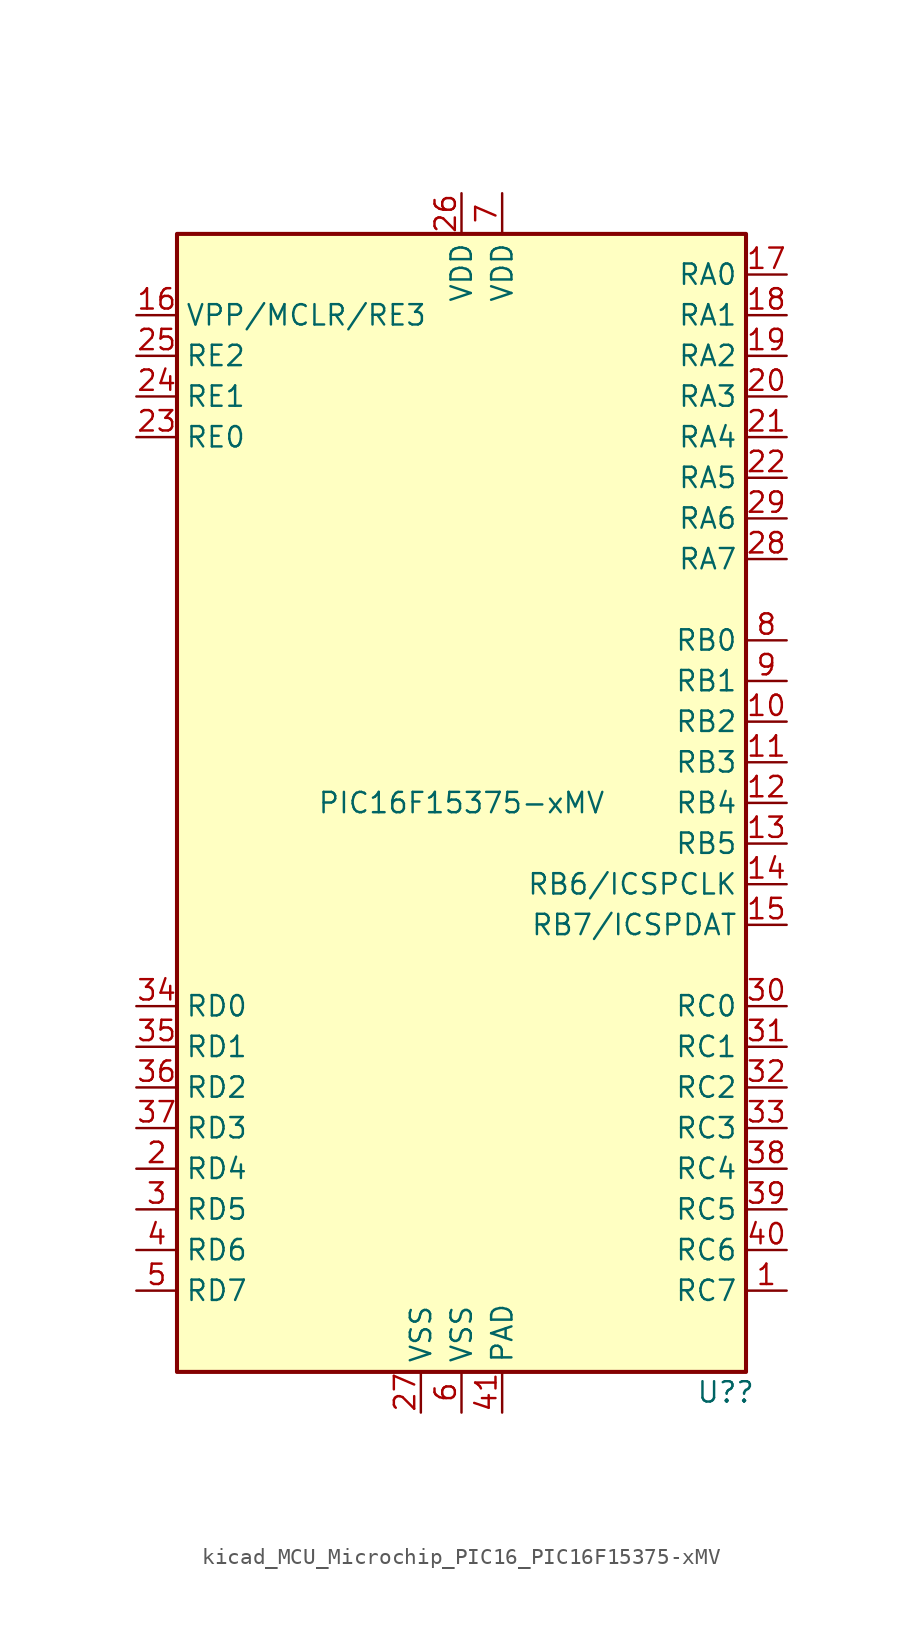
<source format=kicad_sym>
(kicad_symbol_lib
  (version 20220914)
  (generator kicad_symbol_editor)
  (symbol "kicad_MCU_Microchip_PIC16_PIC16F15375-xMV"
    (property "Reference" "U?"
      (at 16.51 -36.83 0)
      (effects (font (size 1.27 1.27))))
    (property "Value" "PIC16F15375-xMV"
      (at 0 0 0)
      (effects (font (size 1.27 1.27))))
    (symbol "kicad_MCU_Microchip_PIC16_PIC16F15375-xMV_0_0"
      (pin power_in line (at 2.54 -38.1 90) (length 2.54) (name "PAD" (effects (font (size 1.27 1.27)))) (number "41" (effects (font (size 1.27 1.27))))))
    (symbol "kicad_MCU_Microchip_PIC16_PIC16F15375-xMV_0_1"
      (rectangle (start -17.78 35.56) (end 17.78 -35.56) (stroke (width 0.254) (type default)) (fill (type background))))
    (symbol "kicad_MCU_Microchip_PIC16_PIC16F15375-xMV_1_1"
      (pin bidirectional line (at 20.32 -30.48 180) (length 2.54) (name "RC7" (effects (font (size 1.27 1.27)))) (number "1" (effects (font (size 1.27 1.27)))))
      (pin bidirectional line (at 20.32 5.08 180) (length 2.54) (name "RB2" (effects (font (size 1.27 1.27)))) (number "10" (effects (font (size 1.27 1.27)))))
      (pin bidirectional line (at 20.32 2.54 180) (length 2.54) (name "RB3" (effects (font (size 1.27 1.27)))) (number "11" (effects (font (size 1.27 1.27)))))
      (pin bidirectional line (at 20.32 0 180) (length 2.54) (name "RB4" (effects (font (size 1.27 1.27)))) (number "12" (effects (font (size 1.27 1.27)))))
      (pin bidirectional line (at 20.32 -2.54 180) (length 2.54) (name "RB5" (effects (font (size 1.27 1.27)))) (number "13" (effects (font (size 1.27 1.27)))))
      (pin bidirectional line (at 20.32 -5.08 180) (length 2.54) (name "RB6/ICSPCLK" (effects (font (size 1.27 1.27)))) (number "14" (effects (font (size 1.27 1.27)))))
      (pin bidirectional line (at 20.32 -7.62 180) (length 2.54) (name "RB7/ICSPDAT" (effects (font (size 1.27 1.27)))) (number "15" (effects (font (size 1.27 1.27)))))
      (pin bidirectional line (at -20.32 30.48 0) (length 2.54) (name "VPP/MCLR/RE3" (effects (font (size 1.27 1.27)))) (number "16" (effects (font (size 1.27 1.27)))))
      (pin bidirectional line (at 20.32 33.02 180) (length 2.54) (name "RA0" (effects (font (size 1.27 1.27)))) (number "17" (effects (font (size 1.27 1.27)))))
      (pin bidirectional line (at 20.32 30.48 180) (length 2.54) (name "RA1" (effects (font (size 1.27 1.27)))) (number "18" (effects (font (size 1.27 1.27)))))
      (pin bidirectional line (at 20.32 27.94 180) (length 2.54) (name "RA2" (effects (font (size 1.27 1.27)))) (number "19" (effects (font (size 1.27 1.27)))))
      (pin bidirectional line (at -20.32 -22.86 0) (length 2.54) (name "RD4" (effects (font (size 1.27 1.27)))) (number "2" (effects (font (size 1.27 1.27)))))
      (pin bidirectional line (at 20.32 25.4 180) (length 2.54) (name "RA3" (effects (font (size 1.27 1.27)))) (number "20" (effects (font (size 1.27 1.27)))))
      (pin bidirectional line (at 20.32 22.86 180) (length 2.54) (name "RA4" (effects (font (size 1.27 1.27)))) (number "21" (effects (font (size 1.27 1.27)))))
      (pin bidirectional line (at 20.32 20.32 180) (length 2.54) (name "RA5" (effects (font (size 1.27 1.27)))) (number "22" (effects (font (size 1.27 1.27)))))
      (pin bidirectional line (at -20.32 22.86 0) (length 2.54) (name "RE0" (effects (font (size 1.27 1.27)))) (number "23" (effects (font (size 1.27 1.27)))))
      (pin bidirectional line (at -20.32 25.4 0) (length 2.54) (name "RE1" (effects (font (size 1.27 1.27)))) (number "24" (effects (font (size 1.27 1.27)))))
      (pin bidirectional line (at -20.32 27.94 0) (length 2.54) (name "RE2" (effects (font (size 1.27 1.27)))) (number "25" (effects (font (size 1.27 1.27)))))
      (pin power_in line (at 0 38.1 270) (length 2.54) (name "VDD" (effects (font (size 1.27 1.27)))) (number "26" (effects (font (size 1.27 1.27)))))
      (pin power_in line (at -2.54 -38.1 90) (length 2.54) (name "VSS" (effects (font (size 1.27 1.27)))) (number "27" (effects (font (size 1.27 1.27)))))
      (pin bidirectional line (at 20.32 15.24 180) (length 2.54) (name "RA7" (effects (font (size 1.27 1.27)))) (number "28" (effects (font (size 1.27 1.27)))))
      (pin bidirectional line (at 20.32 17.78 180) (length 2.54) (name "RA6" (effects (font (size 1.27 1.27)))) (number "29" (effects (font (size 1.27 1.27)))))
      (pin bidirectional line (at -20.32 -25.4 0) (length 2.54) (name "RD5" (effects (font (size 1.27 1.27)))) (number "3" (effects (font (size 1.27 1.27)))))
      (pin bidirectional line (at 20.32 -12.7 180) (length 2.54) (name "RC0" (effects (font (size 1.27 1.27)))) (number "30" (effects (font (size 1.27 1.27)))))
      (pin bidirectional line (at 20.32 -15.24 180) (length 2.54) (name "RC1" (effects (font (size 1.27 1.27)))) (number "31" (effects (font (size 1.27 1.27)))))
      (pin bidirectional line (at 20.32 -17.78 180) (length 2.54) (name "RC2" (effects (font (size 1.27 1.27)))) (number "32" (effects (font (size 1.27 1.27)))))
      (pin bidirectional line (at 20.32 -20.32 180) (length 2.54) (name "RC3" (effects (font (size 1.27 1.27)))) (number "33" (effects (font (size 1.27 1.27)))))
      (pin bidirectional line (at -20.32 -12.7 0) (length 2.54) (name "RD0" (effects (font (size 1.27 1.27)))) (number "34" (effects (font (size 1.27 1.27)))))
      (pin bidirectional line (at -20.32 -15.24 0) (length 2.54) (name "RD1" (effects (font (size 1.27 1.27)))) (number "35" (effects (font (size 1.27 1.27)))))
      (pin bidirectional line (at -20.32 -17.78 0) (length 2.54) (name "RD2" (effects (font (size 1.27 1.27)))) (number "36" (effects (font (size 1.27 1.27)))))
      (pin bidirectional line (at -20.32 -20.32 0) (length 2.54) (name "RD3" (effects (font (size 1.27 1.27)))) (number "37" (effects (font (size 1.27 1.27)))))
      (pin bidirectional line (at 20.32 -22.86 180) (length 2.54) (name "RC4" (effects (font (size 1.27 1.27)))) (number "38" (effects (font (size 1.27 1.27)))))
      (pin bidirectional line (at 20.32 -25.4 180) (length 2.54) (name "RC5" (effects (font (size 1.27 1.27)))) (number "39" (effects (font (size 1.27 1.27)))))
      (pin bidirectional line (at -20.32 -27.94 0) (length 2.54) (name "RD6" (effects (font (size 1.27 1.27)))) (number "4" (effects (font (size 1.27 1.27)))))
      (pin bidirectional line (at 20.32 -27.94 180) (length 2.54) (name "RC6" (effects (font (size 1.27 1.27)))) (number "40" (effects (font (size 1.27 1.27)))))
      (pin bidirectional line (at -20.32 -30.48 0) (length 2.54) (name "RD7" (effects (font (size 1.27 1.27)))) (number "5" (effects (font (size 1.27 1.27)))))
      (pin power_in line (at 0 -38.1 90) (length 2.54) (name "VSS" (effects (font (size 1.27 1.27)))) (number "6" (effects (font (size 1.27 1.27)))))
      (pin power_in line (at 2.54 38.1 270) (length 2.54) (name "VDD" (effects (font (size 1.27 1.27)))) (number "7" (effects (font (size 1.27 1.27)))))
      (pin bidirectional line (at 20.32 10.16 180) (length 2.54) (name "RB0" (effects (font (size 1.27 1.27)))) (number "8" (effects (font (size 1.27 1.27)))))
      (pin bidirectional line (at 20.32 7.62 180) (length 2.54) (name "RB1" (effects (font (size 1.27 1.27)))) (number "9" (effects (font (size 1.27 1.27))))))))
</source>
